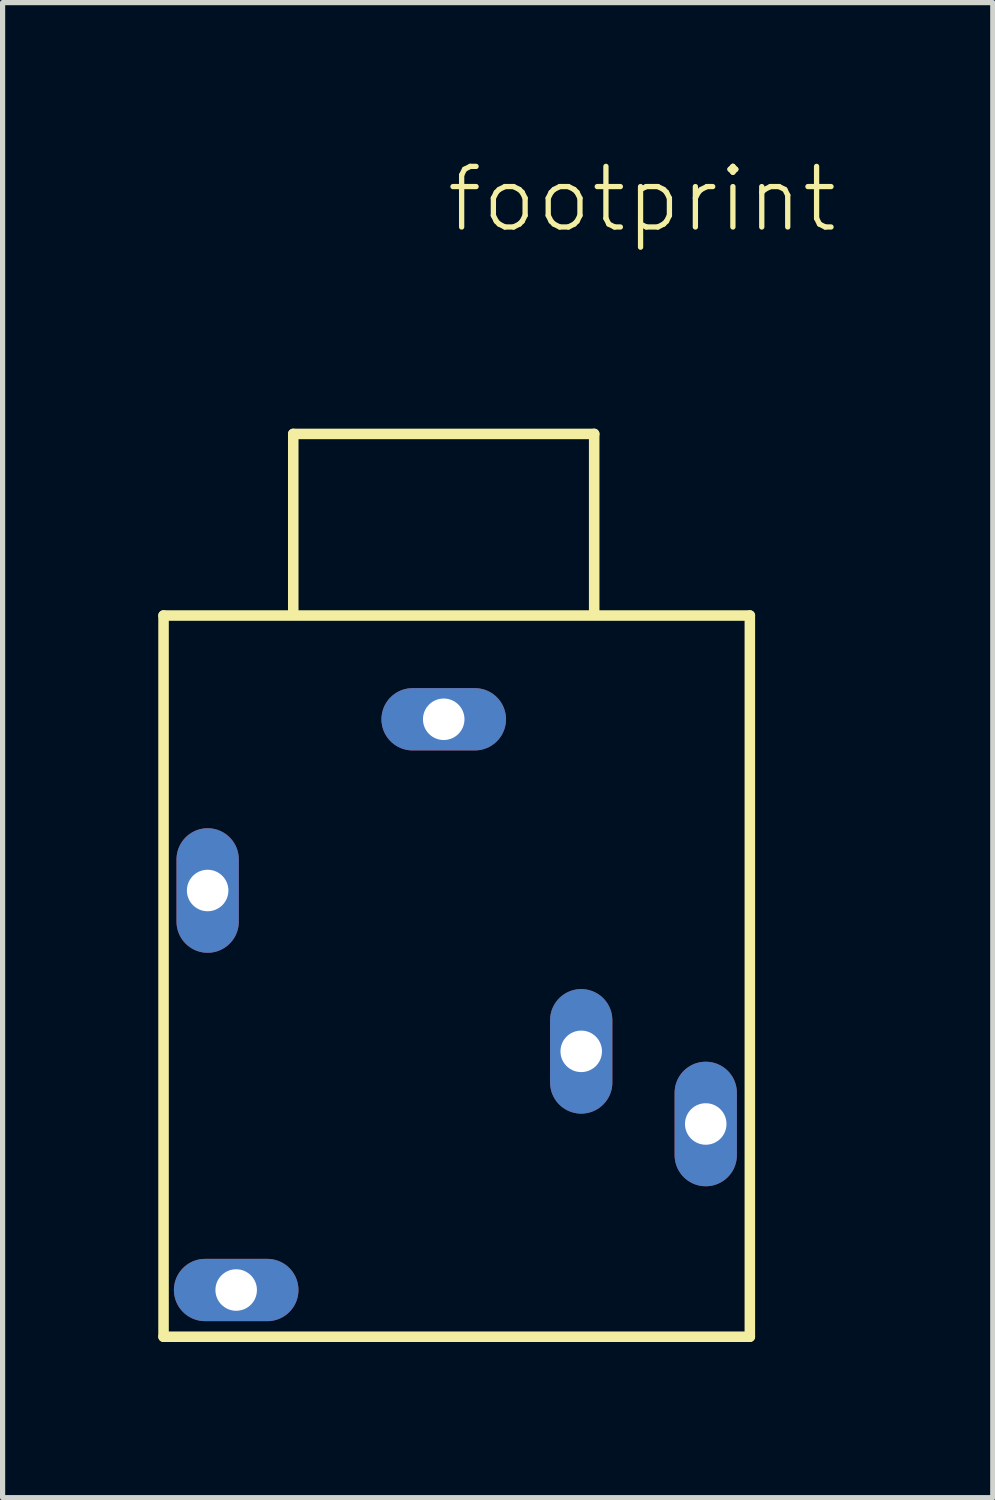
<source format=kicad_pcb>
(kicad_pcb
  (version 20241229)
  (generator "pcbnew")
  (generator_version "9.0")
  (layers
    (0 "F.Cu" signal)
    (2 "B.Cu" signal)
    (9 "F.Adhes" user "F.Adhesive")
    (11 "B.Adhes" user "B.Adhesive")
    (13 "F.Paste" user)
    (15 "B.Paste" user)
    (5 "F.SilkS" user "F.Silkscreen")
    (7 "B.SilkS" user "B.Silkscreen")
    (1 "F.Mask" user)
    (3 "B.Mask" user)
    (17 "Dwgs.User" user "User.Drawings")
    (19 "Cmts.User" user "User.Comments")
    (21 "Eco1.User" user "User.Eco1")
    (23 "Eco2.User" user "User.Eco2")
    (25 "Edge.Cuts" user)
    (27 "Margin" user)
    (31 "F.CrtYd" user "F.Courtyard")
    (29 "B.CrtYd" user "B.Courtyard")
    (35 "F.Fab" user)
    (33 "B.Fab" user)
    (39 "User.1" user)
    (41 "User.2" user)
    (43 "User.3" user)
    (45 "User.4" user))
  (footprint "footprint"
    (layer "F.Cu")
    (at 5.502 8.713)
    (property "Reference" "footprint" (at 0 -7.24 0) (layer "F.SilkS") (effects (font (size 1.168 1.168) (thickness 0.102)) (justify left bottom)))
    (fp_line (start -5.4 0.1) (end 5.9 0.1) (stroke (width 0.203) (type solid)) (layer "F.SilkS"))
    (fp_line (start -5.4 14) (end -5.4 0.1) (stroke (width 0.203) (type solid)) (layer "F.SilkS"))
    (fp_line (start -2.9 -3.4) (end 2.9 -3.4) (stroke (width 0.203) (type solid)) (layer "F.SilkS"))
    (fp_line (start -2.9 0) (end -2.9 -3.4) (stroke (width 0.203) (type solid)) (layer "F.SilkS"))
    (fp_line (start 2.9 -3.4) (end 2.9 0) (stroke (width 0.203) (type solid)) (layer "F.SilkS"))
    (fp_line (start 5.9 0.1) (end 5.9 14) (stroke (width 0.203) (type solid)) (layer "F.SilkS"))
    (fp_line (start 5.9 14) (end -5.4 14) (stroke (width 0.203) (type solid)) (layer "F.SilkS"))
    (pad "1" thru_hole oval (at 0 2.1 180) (size 2.4 1.2) (drill 0.8) (layers "*.Cu" "*.Mask"))
    (pad "2" thru_hole oval (at -4.55 5.4 90) (size 2.4 1.2) (drill 0.8) (layers "*.Cu" "*.Mask"))
    (pad "3" thru_hole oval (at 5.05 9.9 90) (size 2.4 1.2) (drill 0.8) (layers "*.Cu" "*.Mask"))
    (pad "4" thru_hole oval (at -4 13.1 180) (size 2.4 1.2) (drill 0.8) (layers "*.Cu" "*.Mask"))
    (pad "5" thru_hole oval (at 2.65 8.5 90) (size 2.4 1.2) (drill 0.8) (layers "*.Cu" "*.Mask")))
  (gr_rect
    (start -3 -3)
    (end 16.084 25.815)
    (stroke (width 0.1) (type default))
    (fill no)
    (layer "Edge.Cuts")))
</source>
